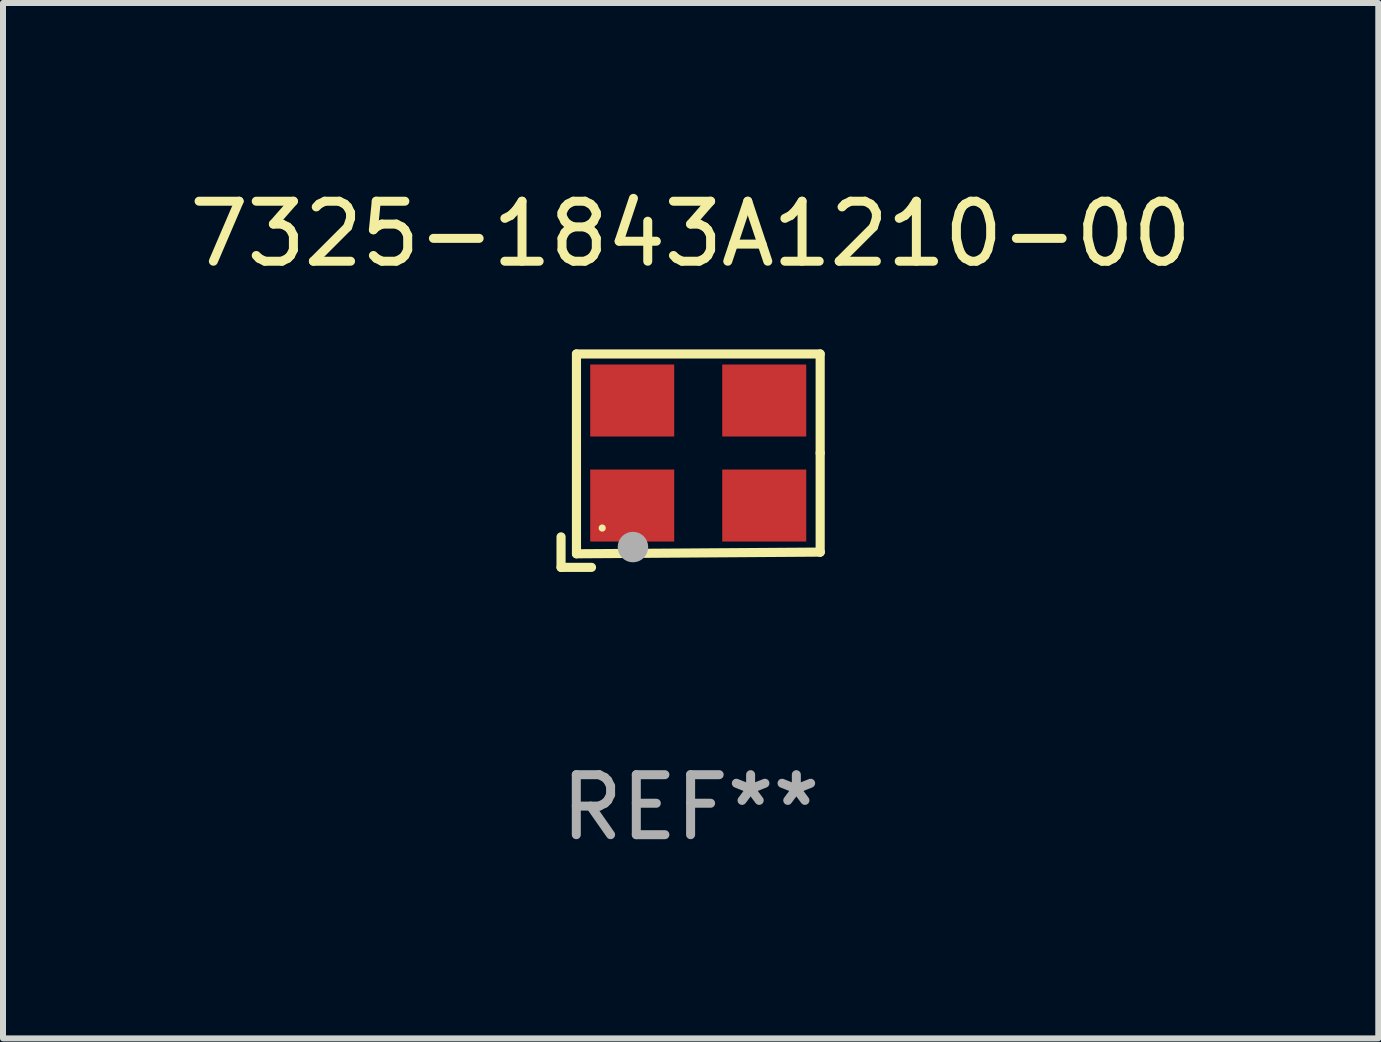
<source format=kicad_pcb>
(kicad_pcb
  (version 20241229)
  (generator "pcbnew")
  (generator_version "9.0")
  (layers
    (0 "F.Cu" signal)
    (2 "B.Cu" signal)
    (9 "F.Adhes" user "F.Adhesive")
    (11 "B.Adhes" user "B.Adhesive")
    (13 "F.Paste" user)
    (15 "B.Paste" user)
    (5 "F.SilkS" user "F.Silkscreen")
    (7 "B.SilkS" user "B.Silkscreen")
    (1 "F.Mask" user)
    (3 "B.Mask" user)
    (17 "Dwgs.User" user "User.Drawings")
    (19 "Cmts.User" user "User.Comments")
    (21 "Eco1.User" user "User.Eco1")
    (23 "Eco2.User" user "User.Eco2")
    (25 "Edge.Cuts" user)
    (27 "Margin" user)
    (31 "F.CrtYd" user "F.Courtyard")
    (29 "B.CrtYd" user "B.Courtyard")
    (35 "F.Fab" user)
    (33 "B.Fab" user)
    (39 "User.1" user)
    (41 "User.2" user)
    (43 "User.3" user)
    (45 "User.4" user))
  (footprint "7325-1843A1210-00"
    (layer "F.Cu")
    (at 8.458 4.626)
    (property "Reference" "7325-1843A1210-00" (at 0 -3.778 0) (layer "F.SilkS") (effects (font (size 1 1) (thickness 0.15))))
    (attr through_hole)
    (fp_line (start -2.159 1.27) (end -2.159 1.778) (stroke (width 0.152) (type solid)) (layer "F.SilkS"))
    (fp_line (start -2.159 1.778) (end -1.651 1.778) (stroke (width 0.152) (type solid)) (layer "F.SilkS"))
    (fp_line (start -1.902 -1.778) (end 2.159 -1.778) (stroke (width 0.152) (type solid)) (layer "F.SilkS"))
    (fp_line (start -1.902 1.552) (end -1.902 -1.778) (stroke (width 0.152) (type solid)) (layer "F.SilkS"))
    (fp_line (start 2.159 -1.778) (end 2.159 -0.127) (stroke (width 0.152) (type solid)) (layer "F.SilkS"))
    (fp_line (start 2.159 -0.127) (end 2.159 1.524) (stroke (width 0.152) (type solid)) (layer "F.SilkS"))
    (fp_line (start 2.159 1.524) (end -1.902 1.552) (stroke (width 0.152) (type solid)) (layer "F.SilkS"))
    (fp_line (start 2.159 1.524) (end 2.159 1.524) (stroke (width 0.152) (type solid)) (layer "F.SilkS"))
    (fp_circle (center -1.473 1.123) (end -1.443 1.123) (stroke (width 0.06) (type solid)) (fill no) (layer "F.SilkS"))
    (fp_circle (center -0.961 1.44) (end -0.834 1.44) (stroke (width 0.254) (type solid)) (fill no) (layer "F.Fab"))
    (fp_text user "REF**" (at 0 5.778 0) (layer "F.Fab") (effects (font (size 1 1) (thickness 0.15))))
    (pad "1" smd rect (at -0.973 0.748) (size 1.4 1.2) (layers "F.Cu" "F.Mask" "F.Paste"))
    (pad "2" smd rect (at 1.227 0.748) (size 1.4 1.2) (layers "F.Cu" "F.Mask" "F.Paste"))
    (pad "3" smd rect (at 1.227 -1.002) (size 1.4 1.2) (layers "F.Cu" "F.Mask" "F.Paste"))
    (pad "4" smd rect (at -0.973 -1.002) (size 1.4 1.2) (layers "F.Cu" "F.Mask" "F.Paste")))
  (gr_rect
    (start -3 -3)
    (end 19.917 14.253)
    (stroke (width 0.1) (type default))
    (fill no)
    (layer "Edge.Cuts")))
</source>
